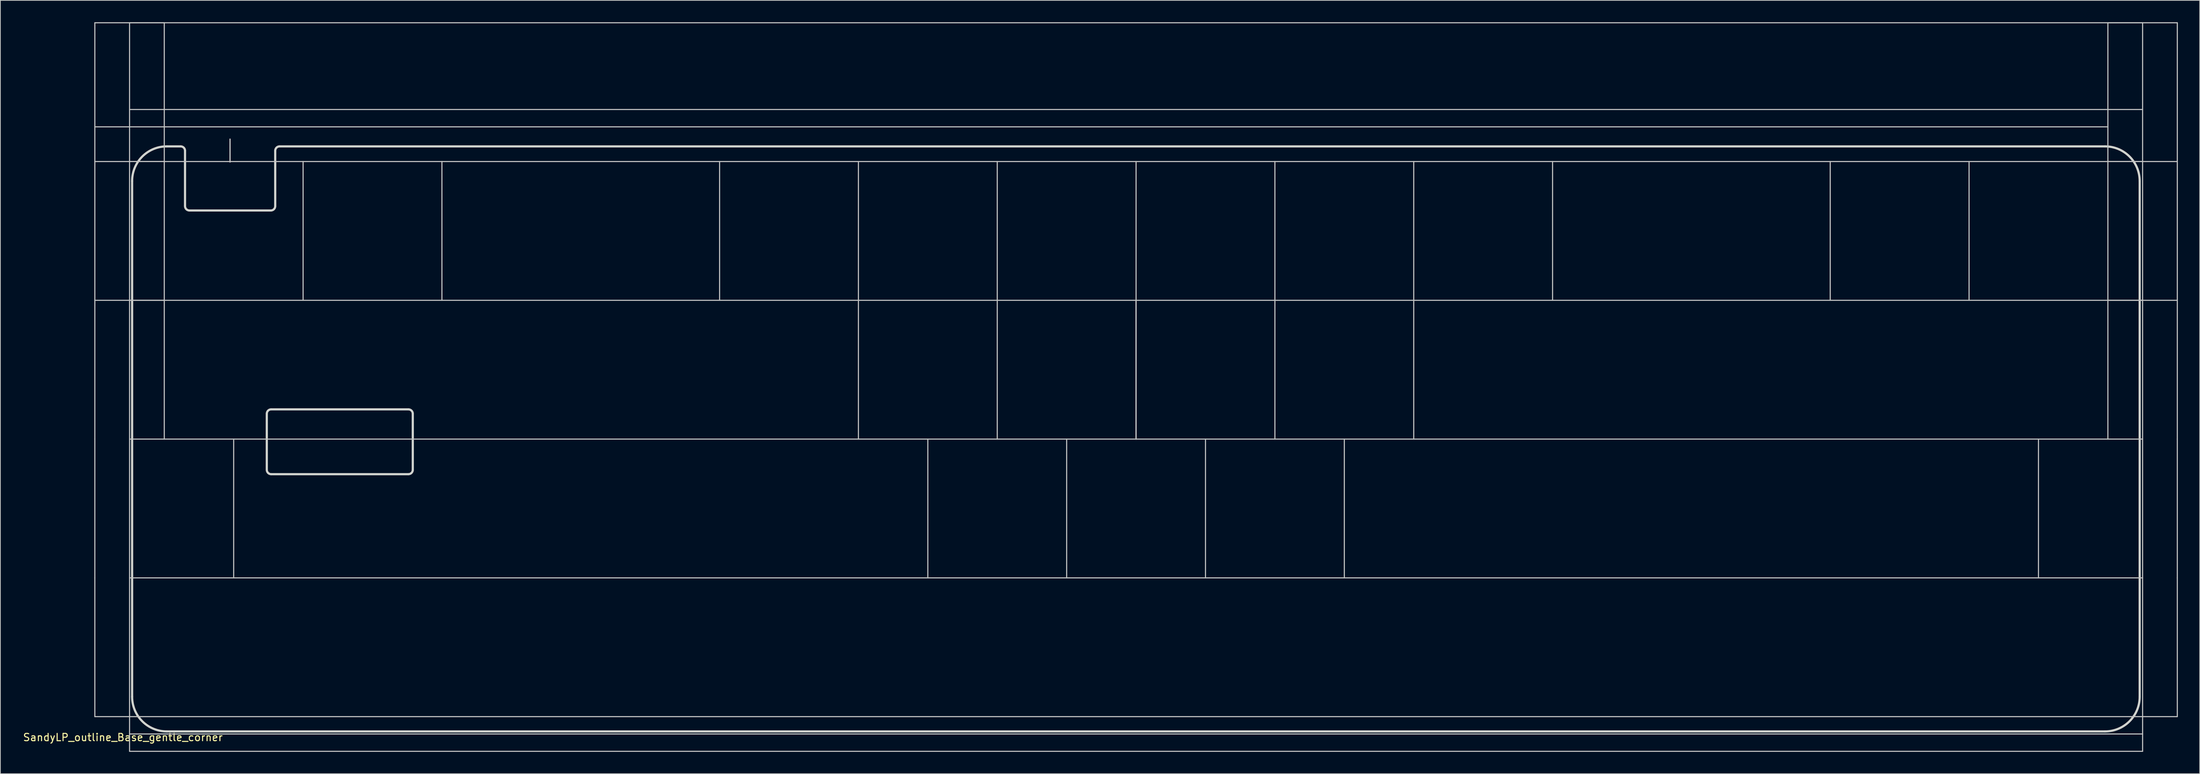
<source format=kicad_pcb>
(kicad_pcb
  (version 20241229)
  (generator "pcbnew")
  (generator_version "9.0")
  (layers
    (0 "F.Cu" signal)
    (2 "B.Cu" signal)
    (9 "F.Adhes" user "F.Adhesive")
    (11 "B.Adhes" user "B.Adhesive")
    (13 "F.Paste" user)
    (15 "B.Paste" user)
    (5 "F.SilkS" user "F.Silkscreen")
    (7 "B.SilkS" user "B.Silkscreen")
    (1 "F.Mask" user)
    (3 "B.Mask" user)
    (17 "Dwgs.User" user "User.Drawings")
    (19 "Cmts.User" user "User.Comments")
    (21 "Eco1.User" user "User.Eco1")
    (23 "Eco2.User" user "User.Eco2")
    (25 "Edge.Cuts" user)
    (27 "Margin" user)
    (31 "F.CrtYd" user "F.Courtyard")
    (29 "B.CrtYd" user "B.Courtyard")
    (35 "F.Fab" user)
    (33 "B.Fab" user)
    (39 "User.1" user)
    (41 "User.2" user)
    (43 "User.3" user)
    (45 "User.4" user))
  (footprint "SandyLP_outline_Base_gentle_corner"
    (layer "F.Cu")
    (at 152.84 66.75)
    (property "Reference" "SandyLP_outline_Base_gentle_corner" (at -139.025 31.425 0) (layer "F.SilkS") (effects (font (size 1 1) (thickness 0.15))))
    (attr through_hole)
    (fp_line (start -142.875 -66.675) (end -133.35 -66.675) (stroke (width 0.15) (type solid)) (layer "Dwgs.User"))
    (fp_line (start -142.875 -47.625) (end -142.875 -66.675) (stroke (width 0.15) (type solid)) (layer "Dwgs.User"))
    (fp_line (start -142.875 -47.625) (end -133.35 -47.625) (stroke (width 0.15) (type solid)) (layer "Dwgs.User"))
    (fp_line (start -142.875 -28.575) (end -142.875 -47.625) (stroke (width 0.15) (type solid)) (layer "Dwgs.User"))
    (fp_line (start -142.875 -28.575) (end -133.35 -28.575) (stroke (width 0.15) (type solid)) (layer "Dwgs.User"))
    (fp_line (start -142.875 -9.525) (end -142.875 -28.575) (stroke (width 0.15) (type solid)) (layer "Dwgs.User"))
    (fp_line (start -142.875 9.525) (end -142.875 -9.525) (stroke (width 0.15) (type solid)) (layer "Dwgs.User"))
    (fp_line (start -142.875 28.575) (end -142.875 9.525) (stroke (width 0.15) (type solid)) (layer "Dwgs.User"))
    (fp_line (start -138.113 -47.625) (end -138.113 -66.675) (stroke (width 0.15) (type solid)) (layer "Dwgs.User"))
    (fp_line (start -138.113 -28.575) (end -138.113 -47.625) (stroke (width 0.15) (type solid)) (layer "Dwgs.User"))
    (fp_line (start -138.113 -9.525) (end -138.113 -28.575) (stroke (width 0.15) (type solid)) (layer "Dwgs.User"))
    (fp_line (start -138.113 9.525) (end -138.113 -9.525) (stroke (width 0.15) (type solid)) (layer "Dwgs.User"))
    (fp_line (start -138.113 28.575) (end -138.113 9.525) (stroke (width 0.15) (type solid)) (layer "Dwgs.User"))
    (fp_line (start -138.113 33.337) (end -138.113 28.575) (stroke (width 0.15) (type solid)) (layer "Dwgs.User"))
    (fp_line (start -133.35 -47.625) (end -133.35 -66.675) (stroke (width 0.15) (type solid)) (layer "Dwgs.User"))
    (fp_line (start -133.35 -28.575) (end -133.35 -47.625) (stroke (width 0.15) (type solid)) (layer "Dwgs.User"))
    (fp_line (start -133.35 -9.525) (end -133.35 -28.575) (stroke (width 0.15) (type solid)) (layer "Dwgs.User"))
    (fp_line (start -124.325 -50.706) (end -124.325 -47.556) (stroke (width 0.15) (type solid)) (layer "Dwgs.User"))
    (fp_line (start -124.325 -50.706) (end -124.325 -47.556) (stroke (width 0.15) (type solid)) (layer "Dwgs.User"))
    (fp_line (start -123.825 9.525) (end -123.825 -9.525) (stroke (width 0.15) (type solid)) (layer "Dwgs.User"))
    (fp_line (start -114.3 -28.575) (end -114.3 -47.625) (stroke (width 0.15) (type solid)) (layer "Dwgs.User"))
    (fp_line (start -95.25 -28.575) (end -95.25 -47.625) (stroke (width 0.15) (type solid)) (layer "Dwgs.User"))
    (fp_line (start -57.15 -28.575) (end -57.15 -47.625) (stroke (width 0.15) (type solid)) (layer "Dwgs.User"))
    (fp_line (start -38.1 -28.575) (end -38.1 -47.625) (stroke (width 0.15) (type solid)) (layer "Dwgs.User"))
    (fp_line (start -38.1 -9.525) (end -38.1 -28.575) (stroke (width 0.15) (type solid)) (layer "Dwgs.User"))
    (fp_line (start -28.575 9.525) (end -28.575 -9.525) (stroke (width 0.15) (type solid)) (layer "Dwgs.User"))
    (fp_line (start -19.05 -28.575) (end -19.05 -47.625) (stroke (width 0.15) (type solid)) (layer "Dwgs.User"))
    (fp_line (start -19.05 -9.525) (end -19.05 -28.575) (stroke (width 0.15) (type solid)) (layer "Dwgs.User"))
    (fp_line (start -9.525 9.525) (end -9.525 -9.525) (stroke (width 0.15) (type solid)) (layer "Dwgs.User"))
    (fp_line (start 0 -28.575) (end 0 -47.625) (stroke (width 0.15) (type solid)) (layer "Dwgs.User"))
    (fp_line (start 0 -28.575) (end 0 -9.525) (stroke (width 0.15) (type solid)) (layer "Dwgs.User"))
    (fp_line (start 0 -9.525) (end 0 -28.575) (stroke (width 0.15) (type solid)) (layer "Dwgs.User"))
    (fp_line (start 0 -9.525) (end 0 -28.575) (stroke (width 0.15) (type solid)) (layer "Dwgs.User"))
    (fp_line (start 9.525 9.525) (end 9.525 -9.525) (stroke (width 0.15) (type solid)) (layer "Dwgs.User"))
    (fp_line (start 19.05 -28.575) (end 19.05 -47.625) (stroke (width 0.15) (type solid)) (layer "Dwgs.User"))
    (fp_line (start 19.05 -9.525) (end 19.05 -28.575) (stroke (width 0.15) (type solid)) (layer "Dwgs.User"))
    (fp_line (start 28.575 9.525) (end 28.575 -9.525) (stroke (width 0.15) (type solid)) (layer "Dwgs.User"))
    (fp_line (start 38.1 -28.575) (end 38.1 -47.625) (stroke (width 0.15) (type solid)) (layer "Dwgs.User"))
    (fp_line (start 38.1 -9.525) (end 38.1 -28.575) (stroke (width 0.15) (type solid)) (layer "Dwgs.User"))
    (fp_line (start 57.15 -28.575) (end 57.15 -47.625) (stroke (width 0.15) (type solid)) (layer "Dwgs.User"))
    (fp_line (start 95.25 -28.575) (end 95.25 -47.625) (stroke (width 0.15) (type solid)) (layer "Dwgs.User"))
    (fp_line (start 114.3 -28.575) (end 114.3 -47.625) (stroke (width 0.15) (type solid)) (layer "Dwgs.User"))
    (fp_line (start 123.825 9.525) (end 123.825 -9.525) (stroke (width 0.15) (type solid)) (layer "Dwgs.User"))
    (fp_line (start 133.35 -52.388) (end -142.875 -52.388) (stroke (width 0.15) (type solid)) (layer "Dwgs.User"))
    (fp_line (start 133.35 -47.625) (end 133.35 -66.675) (stroke (width 0.15) (type solid)) (layer "Dwgs.User"))
    (fp_line (start 133.35 -28.575) (end 133.35 -47.625) (stroke (width 0.15) (type solid)) (layer "Dwgs.User"))
    (fp_line (start 133.35 -9.525) (end 133.35 -28.575) (stroke (width 0.15) (type solid)) (layer "Dwgs.User"))
    (fp_line (start 138.113 -66.675) (end -138.113 -66.675) (stroke (width 0.15) (type solid)) (layer "Dwgs.User"))
    (fp_line (start 138.113 -54.769) (end -138.113 -54.769) (stroke (width 0.15) (type solid)) (layer "Dwgs.User"))
    (fp_line (start 138.113 -47.625) (end -138.113 -47.625) (stroke (width 0.15) (type solid)) (layer "Dwgs.User"))
    (fp_line (start 138.113 -47.625) (end 138.113 -66.675) (stroke (width 0.15) (type solid)) (layer "Dwgs.User"))
    (fp_line (start 138.113 -28.575) (end -138.113 -28.575) (stroke (width 0.15) (type solid)) (layer "Dwgs.User"))
    (fp_line (start 138.113 -28.575) (end 138.113 -47.625) (stroke (width 0.15) (type solid)) (layer "Dwgs.User"))
    (fp_line (start 138.113 -9.525) (end -138.113 -9.525) (stroke (width 0.15) (type solid)) (layer "Dwgs.User"))
    (fp_line (start 138.113 -9.525) (end 138.113 -28.575) (stroke (width 0.15) (type solid)) (layer "Dwgs.User"))
    (fp_line (start 138.113 9.525) (end -138.113 9.525) (stroke (width 0.15) (type solid)) (layer "Dwgs.User"))
    (fp_line (start 138.113 9.525) (end 138.113 -9.525) (stroke (width 0.15) (type solid)) (layer "Dwgs.User"))
    (fp_line (start 138.113 28.575) (end 138.113 9.525) (stroke (width 0.15) (type solid)) (layer "Dwgs.User"))
    (fp_line (start 138.113 30.956) (end -138.113 30.956) (stroke (width 0.15) (type solid)) (layer "Dwgs.User"))
    (fp_line (start 138.113 33.337) (end -138.113 33.337) (stroke (width 0.15) (type solid)) (layer "Dwgs.User"))
    (fp_line (start 138.113 33.337) (end 138.113 28.575) (stroke (width 0.15) (type solid)) (layer "Dwgs.User"))
    (fp_line (start 142.875 -66.675) (end 133.35 -66.675) (stroke (width 0.15) (type solid)) (layer "Dwgs.User"))
    (fp_line (start 142.875 -66.675) (end 142.875 -47.625) (stroke (width 0.15) (type solid)) (layer "Dwgs.User"))
    (fp_line (start 142.875 -47.625) (end 133.35 -47.625) (stroke (width 0.15) (type solid)) (layer "Dwgs.User"))
    (fp_line (start 142.875 -47.625) (end 142.875 -28.575) (stroke (width 0.15) (type solid)) (layer "Dwgs.User"))
    (fp_line (start 142.875 -28.575) (end 133.35 -28.575) (stroke (width 0.15) (type solid)) (layer "Dwgs.User"))
    (fp_line (start 142.875 -9.525) (end 142.875 -28.575) (stroke (width 0.15) (type solid)) (layer "Dwgs.User"))
    (fp_line (start 142.875 9.525) (end 142.875 -9.525) (stroke (width 0.15) (type solid)) (layer "Dwgs.User"))
    (fp_line (start 142.875 28.575) (end -142.875 28.575) (stroke (width 0.15) (type solid)) (layer "Dwgs.User"))
    (fp_line (start 142.875 28.575) (end 142.875 9.525) (stroke (width 0.15) (type solid)) (layer "Dwgs.User"))
    (fp_line (start -132.325 -49.106) (end -124.325 -49.106) (stroke (width 0.12) (type solid)) (layer "Eco1.User"))
    (fp_line (start -124.325 -49.106) (end -116.325 -49.106) (stroke (width 0.12) (type solid)) (layer "Eco1.User"))
    (fp_line (start -137.762 25.844) (end -137.762 -44.944) (stroke (width 0.3) (type solid)) (layer "Edge.Cuts"))
    (fp_line (start -131.101 -49.706) (end -133 -49.706) (stroke (width 0.3) (type solid)) (layer "Edge.Cuts"))
    (fp_line (start -130.501 -41.506) (end -130.501 -49.106) (stroke (width 0.3) (type solid)) (layer "Edge.Cuts"))
    (fp_line (start -129.901 -40.906) (end -118.725 -40.906) (stroke (width 0.3) (type solid)) (layer "Edge.Cuts"))
    (fp_line (start -119.281 -5.306) (end -119.281 -13.006) (stroke (width 0.3) (type solid)) (layer "Edge.Cuts"))
    (fp_line (start -118.681 -4.706) (end -99.849 -4.706) (stroke (width 0.3) (type solid)) (layer "Edge.Cuts"))
    (fp_line (start -118.125 -41.506) (end -118.125 -49.106) (stroke (width 0.3) (type solid)) (layer "Edge.Cuts"))
    (fp_line (start -99.849 -13.606) (end -118.681 -13.606) (stroke (width 0.3) (type solid)) (layer "Edge.Cuts"))
    (fp_line (start -99.249 -5.306) (end -99.249 -13.006) (stroke (width 0.3) (type solid)) (layer "Edge.Cuts"))
    (fp_line (start 132.95 -49.706) (end -117.525 -49.706) (stroke (width 0.3) (type solid)) (layer "Edge.Cuts"))
    (fp_line (start 132.95 30.606) (end -133 30.606) (stroke (width 0.3) (type solid)) (layer "Edge.Cuts"))
    (fp_line (start 137.713 25.844) (end 137.713 -44.944) (stroke (width 0.3) (type solid)) (layer "Edge.Cuts"))
    (fp_arc (start -137.7625 -44.94379) (mid -136.367596 -48.311386) (end -133 -49.70629) (stroke (width 0.3) (type default)) (layer "Edge.Cuts"))
    (fp_arc (start -133 30.60621) (mid -136.367596 29.211306) (end -137.7625 25.84371) (stroke (width 0.3) (type default)) (layer "Edge.Cuts"))
    (fp_arc (start -131.100736 -49.70629) (mid -130.676472 -49.530554) (end -130.500736 -49.10629) (stroke (width 0.3) (type solid)) (layer "Edge.Cuts"))
    (fp_arc (start -129.900736 -40.90629) (mid -130.325 -41.082026) (end -130.500736 -41.50629) (stroke (width 0.3) (type solid)) (layer "Edge.Cuts"))
    (fp_arc (start -119.28125 -13.00629) (mid -119.105514 -13.430554) (end -118.68125 -13.60629) (stroke (width 0.3) (type solid)) (layer "Edge.Cuts"))
    (fp_arc (start -118.68125 -4.70629) (mid -119.105514 -4.882026) (end -119.28125 -5.30629) (stroke (width 0.3) (type solid)) (layer "Edge.Cuts"))
    (fp_arc (start -118.125 -49.10629) (mid -117.949264 -49.530554) (end -117.525 -49.70629) (stroke (width 0.3) (type solid)) (layer "Edge.Cuts"))
    (fp_arc (start -118.125 -41.50629) (mid -118.300736 -41.082026) (end -118.725 -40.90629) (stroke (width 0.3) (type solid)) (layer "Edge.Cuts"))
    (fp_arc (start -99.849264 -13.60629) (mid -99.425 -13.430554) (end -99.249264 -13.00629) (stroke (width 0.3) (type solid)) (layer "Edge.Cuts"))
    (fp_arc (start -99.249264 -5.30629) (mid -99.425 -4.882026) (end -99.849264 -4.70629) (stroke (width 0.3) (type solid)) (layer "Edge.Cuts"))
    (fp_arc (start 132.95 -49.70629) (mid 136.317596 -48.311386) (end 137.7125 -44.94379) (stroke (width 0.3) (type default)) (layer "Edge.Cuts"))
    (fp_arc (start 137.7125 25.84371) (mid 136.317596 29.211306) (end 132.95 30.60621) (stroke (width 0.3) (type default)) (layer "Edge.Cuts")))
  (gr_rect
    (start -3 -3)
    (end 298.79 103.162)
    (stroke (width 0.1) (type default))
    (fill no)
    (layer "Edge.Cuts")))
</source>
